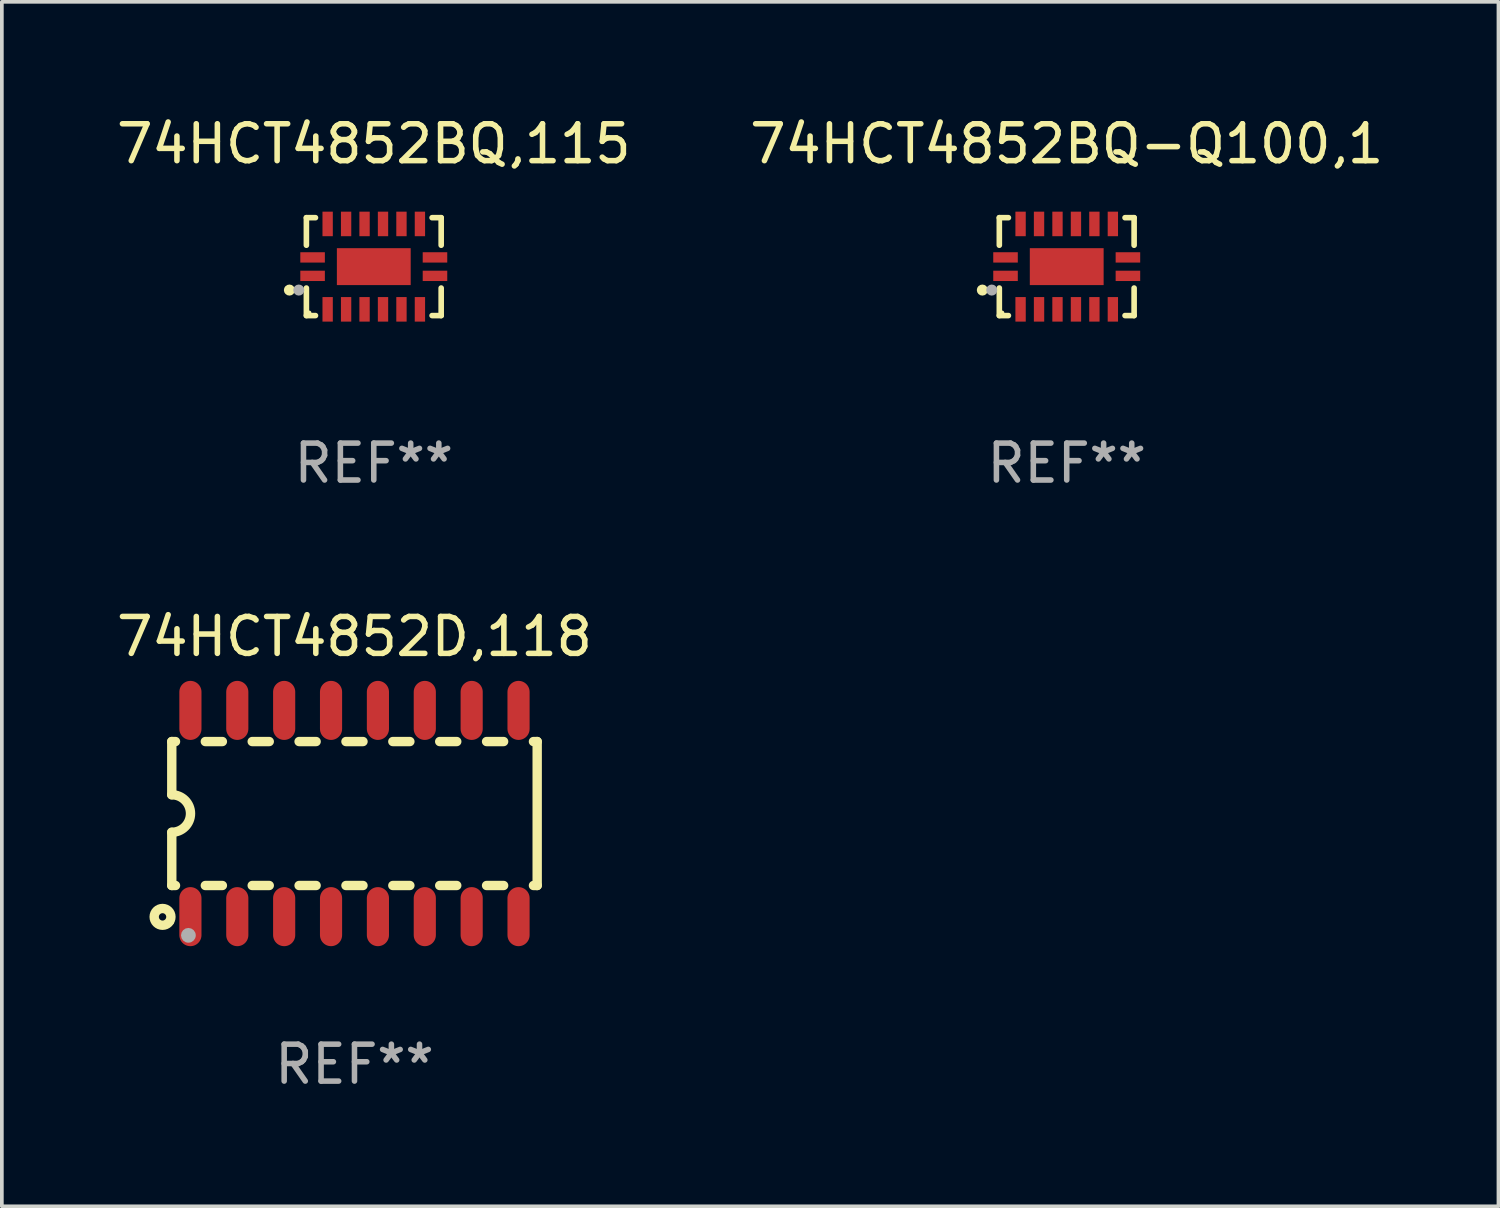
<source format=kicad_pcb>
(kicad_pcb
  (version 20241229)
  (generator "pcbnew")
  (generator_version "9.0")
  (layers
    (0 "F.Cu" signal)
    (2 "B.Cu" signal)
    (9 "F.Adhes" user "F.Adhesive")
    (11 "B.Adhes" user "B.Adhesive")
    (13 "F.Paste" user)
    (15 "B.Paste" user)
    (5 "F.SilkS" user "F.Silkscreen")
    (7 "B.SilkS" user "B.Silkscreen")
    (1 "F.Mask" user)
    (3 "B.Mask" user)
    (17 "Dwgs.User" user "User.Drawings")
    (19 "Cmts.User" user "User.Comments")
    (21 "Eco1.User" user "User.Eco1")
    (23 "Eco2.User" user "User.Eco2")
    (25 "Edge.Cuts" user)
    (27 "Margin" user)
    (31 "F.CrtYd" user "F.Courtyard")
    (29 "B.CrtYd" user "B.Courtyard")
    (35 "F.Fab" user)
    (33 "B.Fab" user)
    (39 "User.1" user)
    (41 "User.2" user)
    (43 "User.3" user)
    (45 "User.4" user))
  (footprint "74HCT4852BQ-Q100,1"
    (layer "F.Cu")
    (at 25.851 4.174)
    (property "Reference" "74HCT4852BQ-Q100,1" (at 0 -3.326 0) (layer "F.SilkS") (effects (font (size 1 1) (thickness 0.15))))
    (attr through_hole)
    (fp_line (start -1.826 -1.326) (end -1.58 -1.326) (stroke (width 0.152) (type solid)) (layer "F.SilkS"))
    (fp_line (start -1.826 -0.58) (end -1.826 -1.326) (stroke (width 0.152) (type solid)) (layer "F.SilkS"))
    (fp_line (start -1.826 0.58) (end -1.826 1.326) (stroke (width 0.152) (type solid)) (layer "F.SilkS"))
    (fp_line (start -1.826 1.326) (end -1.58 1.326) (stroke (width 0.152) (type solid)) (layer "F.SilkS"))
    (fp_line (start 1.826 -1.326) (end 1.58 -1.326) (stroke (width 0.152) (type solid)) (layer "F.SilkS"))
    (fp_line (start 1.826 -0.58) (end 1.826 -1.326) (stroke (width 0.152) (type solid)) (layer "F.SilkS"))
    (fp_line (start 1.826 0.58) (end 1.826 1.326) (stroke (width 0.152) (type solid)) (layer "F.SilkS"))
    (fp_line (start 1.826 1.326) (end 1.58 1.326) (stroke (width 0.152) (type solid)) (layer "F.SilkS"))
    (fp_circle (center -2.286 0.635) (end -2.211 0.635) (stroke (width 0.15) (type solid)) (fill no) (layer "F.SilkS"))
    (fp_circle (center -1.75 1.25) (end -1.72 1.25) (stroke (width 0.06) (type solid)) (fill no) (layer "F.SilkS"))
    (fp_circle (center -2.032 0.635) (end -1.957 0.635) (stroke (width 0.15) (type solid)) (fill no) (layer "F.Fab"))
    (fp_text user "REF**" (at 0 5.326 0) (layer "F.Fab") (effects (font (size 1 1) (thickness 0.15))))
    (pad "1" smd rect (at -1.658 0.25) (size 0.665 0.28) (layers "F.Cu" "F.Mask" "F.Paste"))
    (pad "2" smd rect (at -1.25 1.157) (size 0.28 0.665) (layers "F.Cu" "F.Mask" "F.Paste"))
    (pad "3" smd rect (at -0.75 1.157) (size 0.28 0.665) (layers "F.Cu" "F.Mask" "F.Paste"))
    (pad "4" smd rect (at -0.25 1.157) (size 0.28 0.665) (layers "F.Cu" "F.Mask" "F.Paste"))
    (pad "5" smd rect (at 0.25 1.157) (size 0.28 0.665) (layers "F.Cu" "F.Mask" "F.Paste"))
    (pad "6" smd rect (at 0.75 1.157) (size 0.28 0.665) (layers "F.Cu" "F.Mask" "F.Paste"))
    (pad "7" smd rect (at 1.25 1.157) (size 0.28 0.665) (layers "F.Cu" "F.Mask" "F.Paste"))
    (pad "8" smd rect (at 1.658 0.25) (size 0.665 0.28) (layers "F.Cu" "F.Mask" "F.Paste"))
    (pad "9" smd rect (at 1.658 -0.25) (size 0.665 0.28) (layers "F.Cu" "F.Mask" "F.Paste"))
    (pad "10" smd rect (at 1.25 -1.157) (size 0.28 0.665) (layers "F.Cu" "F.Mask" "F.Paste"))
    (pad "11" smd rect (at 0.75 -1.157) (size 0.28 0.665) (layers "F.Cu" "F.Mask" "F.Paste"))
    (pad "12" smd rect (at 0.25 -1.157) (size 0.28 0.665) (layers "F.Cu" "F.Mask" "F.Paste"))
    (pad "13" smd rect (at -0.25 -1.157) (size 0.28 0.665) (layers "F.Cu" "F.Mask" "F.Paste"))
    (pad "14" smd rect (at -0.75 -1.157) (size 0.28 0.665) (layers "F.Cu" "F.Mask" "F.Paste"))
    (pad "15" smd rect (at -1.25 -1.157) (size 0.28 0.665) (layers "F.Cu" "F.Mask" "F.Paste"))
    (pad "16" smd rect (at -1.658 -0.25) (size 0.665 0.28) (layers "F.Cu" "F.Mask" "F.Paste"))
    (pad "17" smd rect (at 0 0) (size 2 1) (layers "F.Cu" "F.Mask" "F.Paste")))
  (footprint "74HCT4852BQ,115"
    (layer "F.Cu")
    (at 7.077 4.174)
    (property "Reference" "74HCT4852BQ,115" (at 0 -3.326 0) (layer "F.SilkS") (effects (font (size 1 1) (thickness 0.15))))
    (attr through_hole)
    (fp_line (start -1.826 -1.326) (end -1.58 -1.326) (stroke (width 0.152) (type solid)) (layer "F.SilkS"))
    (fp_line (start -1.826 -0.58) (end -1.826 -1.326) (stroke (width 0.152) (type solid)) (layer "F.SilkS"))
    (fp_line (start -1.826 0.58) (end -1.826 1.326) (stroke (width 0.152) (type solid)) (layer "F.SilkS"))
    (fp_line (start -1.826 1.326) (end -1.58 1.326) (stroke (width 0.152) (type solid)) (layer "F.SilkS"))
    (fp_line (start 1.826 -1.326) (end 1.58 -1.326) (stroke (width 0.152) (type solid)) (layer "F.SilkS"))
    (fp_line (start 1.826 -0.58) (end 1.826 -1.326) (stroke (width 0.152) (type solid)) (layer "F.SilkS"))
    (fp_line (start 1.826 0.58) (end 1.826 1.326) (stroke (width 0.152) (type solid)) (layer "F.SilkS"))
    (fp_line (start 1.826 1.326) (end 1.58 1.326) (stroke (width 0.152) (type solid)) (layer "F.SilkS"))
    (fp_circle (center -2.286 0.635) (end -2.211 0.635) (stroke (width 0.15) (type solid)) (fill no) (layer "F.SilkS"))
    (fp_circle (center -1.75 1.25) (end -1.72 1.25) (stroke (width 0.06) (type solid)) (fill no) (layer "F.SilkS"))
    (fp_circle (center -2.032 0.635) (end -1.957 0.635) (stroke (width 0.15) (type solid)) (fill no) (layer "F.Fab"))
    (fp_text user "REF**" (at 0 5.326 0) (layer "F.Fab") (effects (font (size 1 1) (thickness 0.15))))
    (pad "1" smd rect (at -1.658 0.25) (size 0.665 0.28) (layers "F.Cu" "F.Mask" "F.Paste"))
    (pad "2" smd rect (at -1.25 1.157) (size 0.28 0.665) (layers "F.Cu" "F.Mask" "F.Paste"))
    (pad "3" smd rect (at -0.75 1.157) (size 0.28 0.665) (layers "F.Cu" "F.Mask" "F.Paste"))
    (pad "4" smd rect (at -0.25 1.157) (size 0.28 0.665) (layers "F.Cu" "F.Mask" "F.Paste"))
    (pad "5" smd rect (at 0.25 1.157) (size 0.28 0.665) (layers "F.Cu" "F.Mask" "F.Paste"))
    (pad "6" smd rect (at 0.75 1.157) (size 0.28 0.665) (layers "F.Cu" "F.Mask" "F.Paste"))
    (pad "7" smd rect (at 1.25 1.157) (size 0.28 0.665) (layers "F.Cu" "F.Mask" "F.Paste"))
    (pad "8" smd rect (at 1.658 0.25) (size 0.665 0.28) (layers "F.Cu" "F.Mask" "F.Paste"))
    (pad "9" smd rect (at 1.658 -0.25) (size 0.665 0.28) (layers "F.Cu" "F.Mask" "F.Paste"))
    (pad "10" smd rect (at 1.25 -1.157) (size 0.28 0.665) (layers "F.Cu" "F.Mask" "F.Paste"))
    (pad "11" smd rect (at 0.75 -1.157) (size 0.28 0.665) (layers "F.Cu" "F.Mask" "F.Paste"))
    (pad "12" smd rect (at 0.25 -1.157) (size 0.28 0.665) (layers "F.Cu" "F.Mask" "F.Paste"))
    (pad "13" smd rect (at -0.25 -1.157) (size 0.28 0.665) (layers "F.Cu" "F.Mask" "F.Paste"))
    (pad "14" smd rect (at -0.75 -1.157) (size 0.28 0.665) (layers "F.Cu" "F.Mask" "F.Paste"))
    (pad "15" smd rect (at -1.25 -1.157) (size 0.28 0.665) (layers "F.Cu" "F.Mask" "F.Paste"))
    (pad "16" smd rect (at -1.658 -0.25) (size 0.665 0.28) (layers "F.Cu" "F.Mask" "F.Paste"))
    (pad "17" smd rect (at 0 0) (size 2 1) (layers "F.Cu" "F.Mask" "F.Paste")))
  (footprint "74HCT4852D,118"
    (layer "F.Cu")
    (at 6.554 18.991)
    (property "Reference" "74HCT4852D,118" (at 0 -4.794 0) (layer "F.SilkS") (effects (font (size 1 1) (thickness 0.15))))
    (attr through_hole)
    (fp_line (start -4.95 -1.95) (end -4.95 -0.508) (stroke (width 0.254) (type solid)) (layer "F.SilkS"))
    (fp_line (start -4.95 -1.95) (end -4.849 -1.95) (stroke (width 0.254) (type solid)) (layer "F.SilkS"))
    (fp_line (start -4.95 1.95) (end -4.95 0.508) (stroke (width 0.254) (type solid)) (layer "F.SilkS"))
    (fp_line (start -4.95 1.95) (end -4.849 1.95) (stroke (width 0.254) (type solid)) (layer "F.SilkS"))
    (fp_line (start -4.041 -1.95) (end -3.579 -1.95) (stroke (width 0.254) (type solid)) (layer "F.SilkS"))
    (fp_line (start -4.041 1.95) (end -3.579 1.95) (stroke (width 0.254) (type solid)) (layer "F.SilkS"))
    (fp_line (start -2.771 -1.95) (end -2.309 -1.95) (stroke (width 0.254) (type solid)) (layer "F.SilkS"))
    (fp_line (start -2.771 1.95) (end -2.309 1.95) (stroke (width 0.254) (type solid)) (layer "F.SilkS"))
    (fp_line (start -1.501 -1.95) (end -1.039 -1.95) (stroke (width 0.254) (type solid)) (layer "F.SilkS"))
    (fp_line (start -1.501 1.95) (end -1.039 1.95) (stroke (width 0.254) (type solid)) (layer "F.SilkS"))
    (fp_line (start -0.231 -1.95) (end 0.231 -1.95) (stroke (width 0.254) (type solid)) (layer "F.SilkS"))
    (fp_line (start -0.231 1.95) (end 0.231 1.95) (stroke (width 0.254) (type solid)) (layer "F.SilkS"))
    (fp_line (start 1.039 -1.95) (end 1.501 -1.95) (stroke (width 0.254) (type solid)) (layer "F.SilkS"))
    (fp_line (start 1.039 1.95) (end 1.501 1.95) (stroke (width 0.254) (type solid)) (layer "F.SilkS"))
    (fp_line (start 2.309 -1.95) (end 2.771 -1.95) (stroke (width 0.254) (type solid)) (layer "F.SilkS"))
    (fp_line (start 2.309 1.95) (end 2.771 1.95) (stroke (width 0.254) (type solid)) (layer "F.SilkS"))
    (fp_line (start 3.579 -1.95) (end 4.041 -1.95) (stroke (width 0.254) (type solid)) (layer "F.SilkS"))
    (fp_line (start 3.579 1.95) (end 4.041 1.95) (stroke (width 0.254) (type solid)) (layer "F.SilkS"))
    (fp_line (start 4.849 -1.95) (end 4.95 -1.95) (stroke (width 0.254) (type solid)) (layer "F.SilkS"))
    (fp_line (start 4.849 1.95) (end 4.95 1.95) (stroke (width 0.254) (type solid)) (layer "F.SilkS"))
    (fp_line (start 4.95 -1.95) (end 4.95 1.95) (stroke (width 0.254) (type solid)) (layer "F.SilkS"))
    (fp_arc (start -4.95047 -0.508001) (mid -4.442469 -0.000228) (end -4.950013 0.508001) (stroke (width 0.254001) (type solid)) (layer "F.SilkS"))
    (fp_circle (center -5.2 2.8) (end -5.1 2.8) (stroke (width 0.254) (type solid)) (fill no) (layer "F.SilkS"))
    (fp_circle (center -4.95 2.947) (end -4.92 2.947) (stroke (width 0.06) (type solid)) (fill no) (layer "F.SilkS"))
    (fp_circle (center -4.5 3.3) (end -4.4 3.3) (stroke (width 0.2) (type solid)) (fill no) (layer "F.Fab"))
    (fp_text user "REF**" (at 0 6.794 0) (layer "F.Fab") (effects (font (size 1 1) (thickness 0.15))))
    (pad "1" smd oval (at -4.445 2.794) (size 0.6 1.6) (layers "F.Cu" "F.Mask" "F.Paste"))
    (pad "2" smd oval (at -3.175 2.794) (size 0.6 1.6) (layers "F.Cu" "F.Mask" "F.Paste"))
    (pad "3" smd oval (at -1.905 2.794) (size 0.6 1.6) (layers "F.Cu" "F.Mask" "F.Paste"))
    (pad "4" smd oval (at -0.635 2.794) (size 0.6 1.6) (layers "F.Cu" "F.Mask" "F.Paste"))
    (pad "5" smd oval (at 0.635 2.794) (size 0.6 1.6) (layers "F.Cu" "F.Mask" "F.Paste"))
    (pad "6" smd oval (at 1.905 2.794) (size 0.6 1.6) (layers "F.Cu" "F.Mask" "F.Paste"))
    (pad "7" smd oval (at 3.175 2.794) (size 0.6 1.6) (layers "F.Cu" "F.Mask" "F.Paste"))
    (pad "8" smd oval (at 4.445 2.794) (size 0.6 1.6) (layers "F.Cu" "F.Mask" "F.Paste"))
    (pad "9" smd oval (at 4.445 -2.794) (size 0.6 1.6) (layers "F.Cu" "F.Mask" "F.Paste"))
    (pad "10" smd oval (at 3.175 -2.794) (size 0.6 1.6) (layers "F.Cu" "F.Mask" "F.Paste"))
    (pad "11" smd oval (at 1.905 -2.794) (size 0.6 1.6) (layers "F.Cu" "F.Mask" "F.Paste"))
    (pad "12" smd oval (at 0.635 -2.794) (size 0.6 1.6) (layers "F.Cu" "F.Mask" "F.Paste"))
    (pad "13" smd oval (at -0.635 -2.794) (size 0.6 1.6) (layers "F.Cu" "F.Mask" "F.Paste"))
    (pad "14" smd oval (at -1.905 -2.794) (size 0.6 1.6) (layers "F.Cu" "F.Mask" "F.Paste"))
    (pad "15" smd oval (at -3.175 -2.794) (size 0.6 1.6) (layers "F.Cu" "F.Mask" "F.Paste"))
    (pad "16" smd oval (at -4.445 -2.794) (size 0.6 1.6) (layers "F.Cu" "F.Mask" "F.Paste")))
  (gr_rect
    (start -3 -3)
    (end 37.548 29.633)
    (stroke (width 0.1) (type default))
    (fill no)
    (layer "Edge.Cuts")))
</source>
